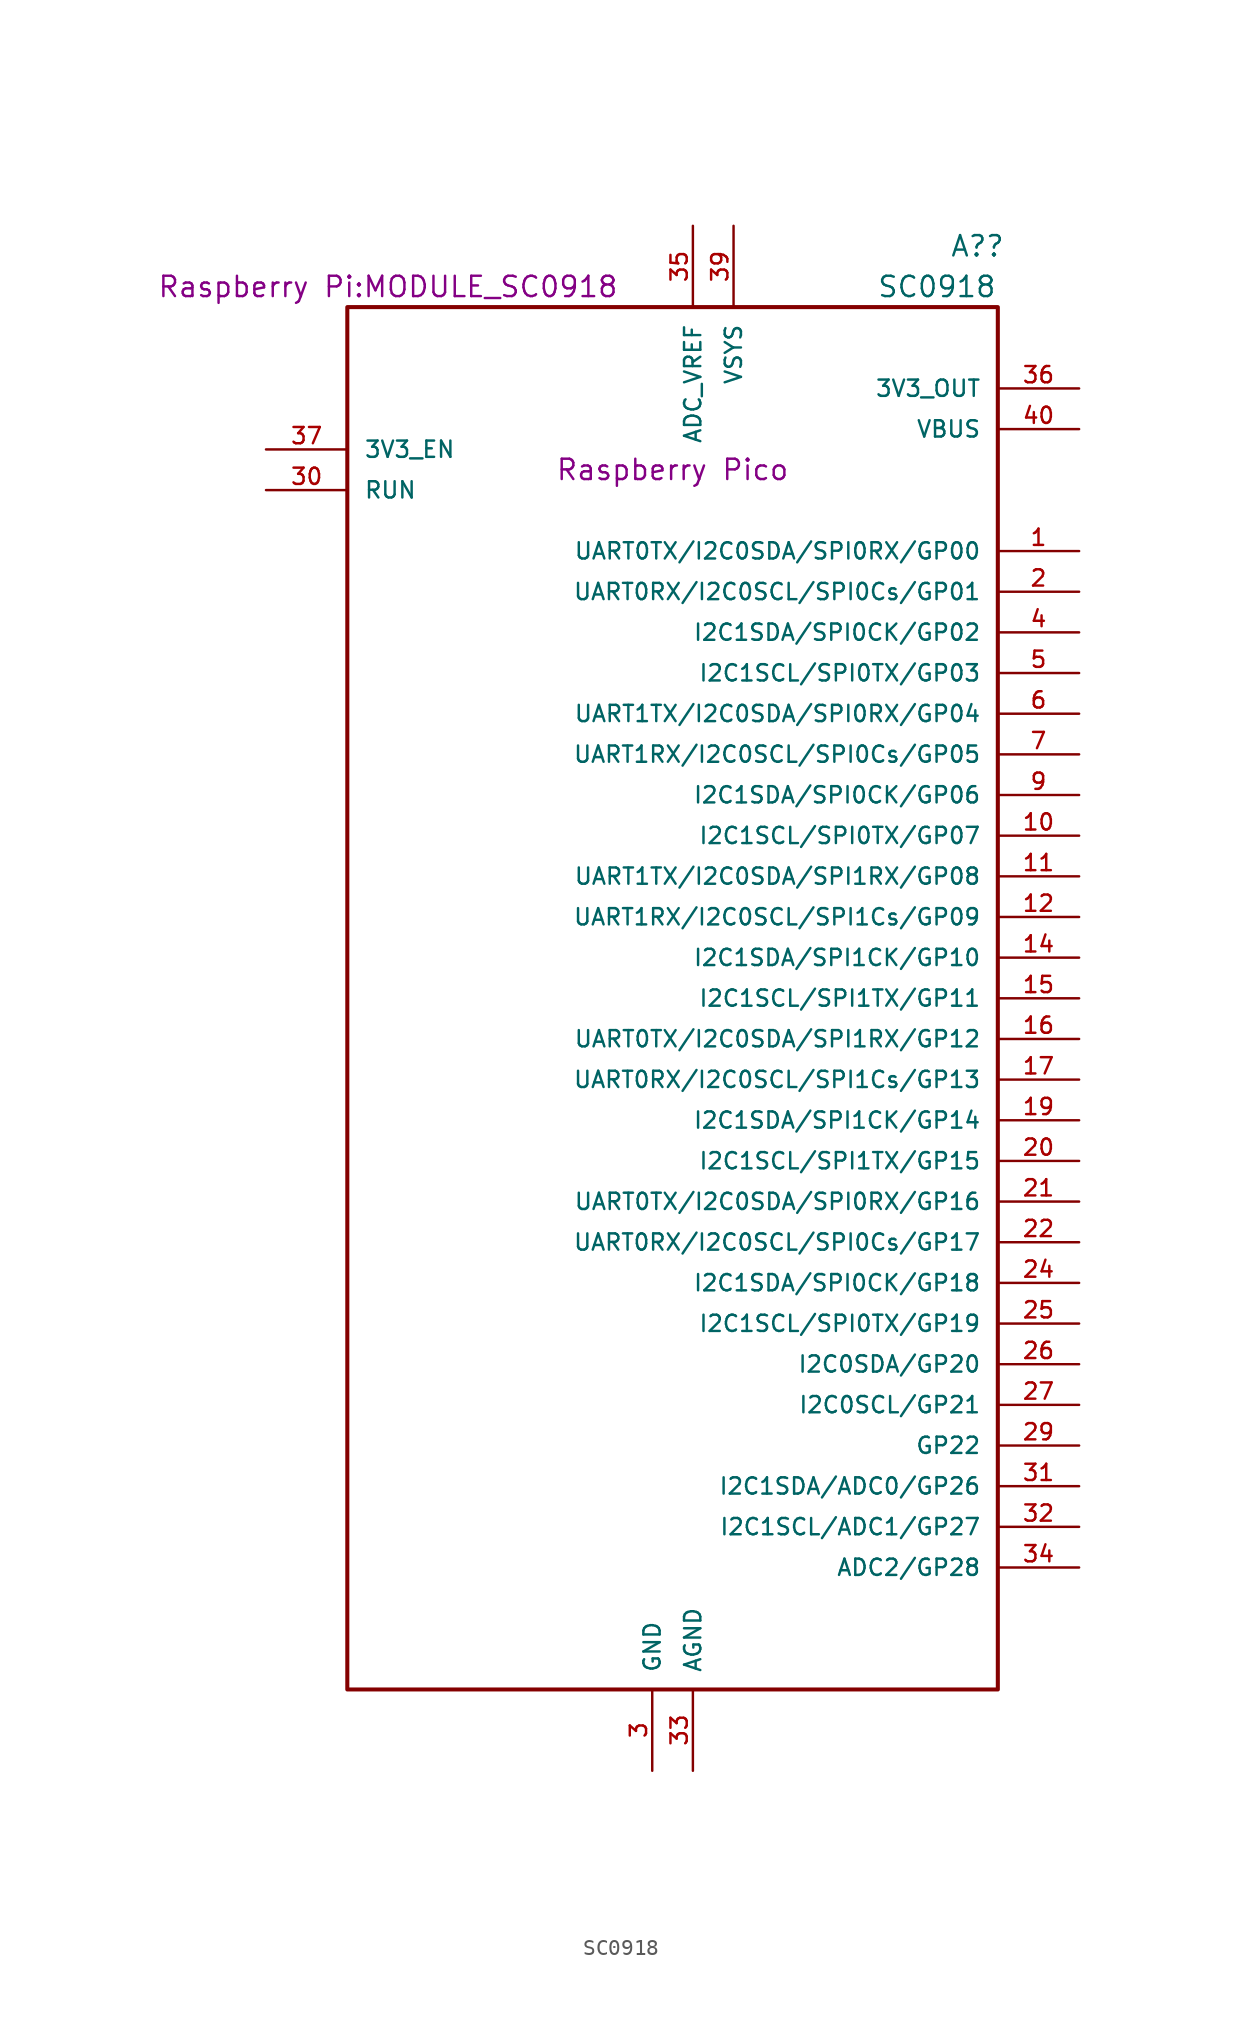
<source format=kicad_sym>
(kicad_symbol_lib
  (version 20220914)
  (generator kicad_symbol_editor)
  (symbol "SC0918"
    (pin_names
      (offset 1.016))
    (property "Reference" "A?"
      (at 19.05 46.99 0)
      (effects (font (size 1.27 1.27))))
    (property "Value" "SC0918"
      (at 16.51 44.45 0)
      (effects (font (size 1.27 1.27))))
    (property "Footprint" "Raspberry Pi:MODULE_SC0918"
      (at -17.78 44.45 0)
      (effects (font (size 1.27 1.27))))
    (property "manufacturer" "Raspberry Pico"
      (at 0 33.02 0)
      (effects (font (size 1.27 1.27))))
    (symbol "SC0918_0_0"
      (rectangle (start -20.32 -43.18) (end 20.32 43.18) (stroke (width 0.254) (type default)) (fill (type none)))
      (pin bidirectional line (at 25.4 27.94 180) (length 5.08) (name "UART0TX/I2C0SDA/SPI0RX/GP00" (effects (font (size 1.016 1.016)))) (number "1" (effects (font (size 1.016 1.016)))))
      (pin bidirectional line (at 25.4 10.16 180) (length 5.08) (name "I2C1SCL/SPI0TX/GP07" (effects (font (size 1.016 1.016)))) (number "10" (effects (font (size 1.016 1.016)))))
      (pin bidirectional line (at 25.4 7.62 180) (length 5.08) (name "UART1TX/I2C0SDA/SPI1RX/GP08" (effects (font (size 1.016 1.016)))) (number "11" (effects (font (size 1.016 1.016)))))
      (pin bidirectional line (at 25.4 5.08 180) (length 5.08) (name "UART1RX/I2C0SCL/SPI1Cs/GP09" (effects (font (size 1.016 1.016)))) (number "12" (effects (font (size 1.016 1.016)))))
      (pin power_in line (at -1.27 -48.26 90) (length 5.08) hide (name "GND" (effects (font (size 1.016 1.016)))) (number "13" (effects (font (size 1.016 1.016)))))
      (pin bidirectional line (at 25.4 2.54 180) (length 5.08) (name "I2C1SDA/SPI1CK/GP10" (effects (font (size 1.016 1.016)))) (number "14" (effects (font (size 1.016 1.016)))))
      (pin bidirectional line (at 25.4 0 180) (length 5.08) (name "I2C1SCL/SPI1TX/GP11" (effects (font (size 1.016 1.016)))) (number "15" (effects (font (size 1.016 1.016)))))
      (pin bidirectional line (at 25.4 -2.54 180) (length 5.08) (name "UART0TX/I2C0SDA/SPI1RX/GP12" (effects (font (size 1.016 1.016)))) (number "16" (effects (font (size 1.016 1.016)))))
      (pin bidirectional line (at 25.4 -5.08 180) (length 5.08) (name "UART0RX/I2C0SCL/SPI1Cs/GP13" (effects (font (size 1.016 1.016)))) (number "17" (effects (font (size 1.016 1.016)))))
      (pin power_in line (at -1.27 -48.26 90) (length 5.08) hide (name "GND" (effects (font (size 1.016 1.016)))) (number "18" (effects (font (size 1.016 1.016)))))
      (pin bidirectional line (at 25.4 -7.62 180) (length 5.08) (name "I2C1SDA/SPI1CK/GP14" (effects (font (size 1.016 1.016)))) (number "19" (effects (font (size 1.016 1.016)))))
      (pin bidirectional line (at 25.4 25.4 180) (length 5.08) (name "UART0RX/I2C0SCL/SPI0Cs/GP01" (effects (font (size 1.016 1.016)))) (number "2" (effects (font (size 1.016 1.016)))))
      (pin bidirectional line (at 25.4 -10.16 180) (length 5.08) (name "I2C1SCL/SPI1TX/GP15" (effects (font (size 1.016 1.016)))) (number "20" (effects (font (size 1.016 1.016)))))
      (pin bidirectional line (at 25.4 -12.7 180) (length 5.08) (name "UART0TX/I2C0SDA/SPI0RX/GP16" (effects (font (size 1.016 1.016)))) (number "21" (effects (font (size 1.016 1.016)))))
      (pin bidirectional line (at 25.4 -15.24 180) (length 5.08) (name "UART0RX/I2C0SCL/SPI0Cs/GP17" (effects (font (size 1.016 1.016)))) (number "22" (effects (font (size 1.016 1.016)))))
      (pin power_in line (at -1.27 -48.26 90) (length 5.08) hide (name "GND" (effects (font (size 1.016 1.016)))) (number "23" (effects (font (size 1.016 1.016)))))
      (pin bidirectional line (at 25.4 -17.78 180) (length 5.08) (name "I2C1SDA/SPI0CK/GP18" (effects (font (size 1.016 1.016)))) (number "24" (effects (font (size 1.016 1.016)))))
      (pin bidirectional line (at 25.4 -20.32 180) (length 5.08) (name "I2C1SCL/SPI0TX/GP19" (effects (font (size 1.016 1.016)))) (number "25" (effects (font (size 1.016 1.016)))))
      (pin bidirectional line (at 25.4 -22.86 180) (length 5.08) (name "I2C0SDA/GP20" (effects (font (size 1.016 1.016)))) (number "26" (effects (font (size 1.016 1.016)))))
      (pin bidirectional line (at 25.4 -25.4 180) (length 5.08) (name "I2C0SCL/GP21" (effects (font (size 1.016 1.016)))) (number "27" (effects (font (size 1.016 1.016)))))
      (pin power_in line (at -1.27 -48.26 90) (length 5.08) hide (name "GND" (effects (font (size 1.016 1.016)))) (number "28" (effects (font (size 1.016 1.016)))))
      (pin bidirectional line (at 25.4 -27.94 180) (length 5.08) (name "GP22" (effects (font (size 1.016 1.016)))) (number "29" (effects (font (size 1.016 1.016)))))
      (pin power_in line (at -1.27 -48.26 90) (length 5.08) (name "GND" (effects (font (size 1.016 1.016)))) (number "3" (effects (font (size 1.016 1.016)))))
      (pin input line (at -25.4 31.75 0) (length 5.08) (name "RUN" (effects (font (size 1.016 1.016)))) (number "30" (effects (font (size 1.016 1.016)))))
      (pin bidirectional line (at 25.4 -30.48 180) (length 5.08) (name "I2C1SDA/ADC0/GP26" (effects (font (size 1.016 1.016)))) (number "31" (effects (font (size 1.016 1.016)))))
      (pin bidirectional line (at 25.4 -33.02 180) (length 5.08) (name "I2C1SCL/ADC1/GP27" (effects (font (size 1.016 1.016)))) (number "32" (effects (font (size 1.016 1.016)))))
      (pin power_in line (at 1.27 -48.26 90) (length 5.08) (name "AGND" (effects (font (size 1.016 1.016)))) (number "33" (effects (font (size 1.016 1.016)))))
      (pin bidirectional line (at 25.4 -35.56 180) (length 5.08) (name "ADC2/GP28" (effects (font (size 1.016 1.016)))) (number "34" (effects (font (size 1.016 1.016)))))
      (pin power_out line (at 25.4 38.1 180) (length 5.08) (name "3V3_OUT" (effects (font (size 1.016 1.016)))) (number "36" (effects (font (size 1.016 1.016)))))
      (pin input line (at -25.4 34.29 0) (length 5.08) (name "3V3_EN" (effects (font (size 1.016 1.016)))) (number "37" (effects (font (size 1.016 1.016)))))
      (pin power_in line (at -1.27 -48.26 90) (length 5.08) hide (name "GND" (effects (font (size 1.016 1.016)))) (number "38" (effects (font (size 1.016 1.016)))))
      (pin power_in line (at 3.81 48.26 270) (length 5.08) (name "VSYS" (effects (font (size 1.016 1.016)))) (number "39" (effects (font (size 1.016 1.016)))))
      (pin bidirectional line (at 25.4 22.86 180) (length 5.08) (name "I2C1SDA/SPI0CK/GP02" (effects (font (size 1.016 1.016)))) (number "4" (effects (font (size 1.016 1.016)))))
      (pin power_out line (at 25.4 35.56 180) (length 5.08) (name "VBUS" (effects (font (size 1.016 1.016)))) (number "40" (effects (font (size 1.016 1.016)))))
      (pin bidirectional line (at 25.4 20.32 180) (length 5.08) (name "I2C1SCL/SPI0TX/GP03" (effects (font (size 1.016 1.016)))) (number "5" (effects (font (size 1.016 1.016)))))
      (pin bidirectional line (at 25.4 17.78 180) (length 5.08) (name "UART1TX/I2C0SDA/SPI0RX/GP04" (effects (font (size 1.016 1.016)))) (number "6" (effects (font (size 1.016 1.016)))))
      (pin bidirectional line (at 25.4 15.24 180) (length 5.08) (name "UART1RX/I2C0SCL/SPI0Cs/GP05" (effects (font (size 1.016 1.016)))) (number "7" (effects (font (size 1.016 1.016)))))
      (pin power_in line (at -1.27 -48.26 90) (length 5.08) hide (name "GND" (effects (font (size 1.016 1.016)))) (number "8" (effects (font (size 1.016 1.016)))))
      (pin bidirectional line (at 25.4 12.7 180) (length 5.08) (name "I2C1SDA/SPI0CK/GP06" (effects (font (size 1.016 1.016)))) (number "9" (effects (font (size 1.016 1.016))))))
    (symbol "SC0918_1_0"
      (pin passive line (at 1.27 48.26 270) (length 5.08) (name "ADC_VREF" (effects (font (size 1.016 1.016)))) (number "35" (effects (font (size 1.016 1.016))))))
    (symbol "SC0918_1_1"
      (pin free line (at -1.27 -48.26 90) (length 5.08) hide (name "GND" (effects (font (size 1.27 1.27)))) (number "M1" (effects (font (size 1.27 1.27)))))
      (pin free line (at -1.27 -48.26 90) (length 5.08) hide (name "GND" (effects (font (size 1.27 1.27)))) (number "M2" (effects (font (size 1.27 1.27)))))
      (pin free line (at -1.27 -48.26 90) (length 5.08) hide (name "GND" (effects (font (size 1.27 1.27)))) (number "M3" (effects (font (size 1.27 1.27)))))
      (pin free line (at -1.27 -48.26 90) (length 5.08) hide (name "GND" (effects (font (size 1.27 1.27)))) (number "M4" (effects (font (size 1.27 1.27))))))))
</source>
